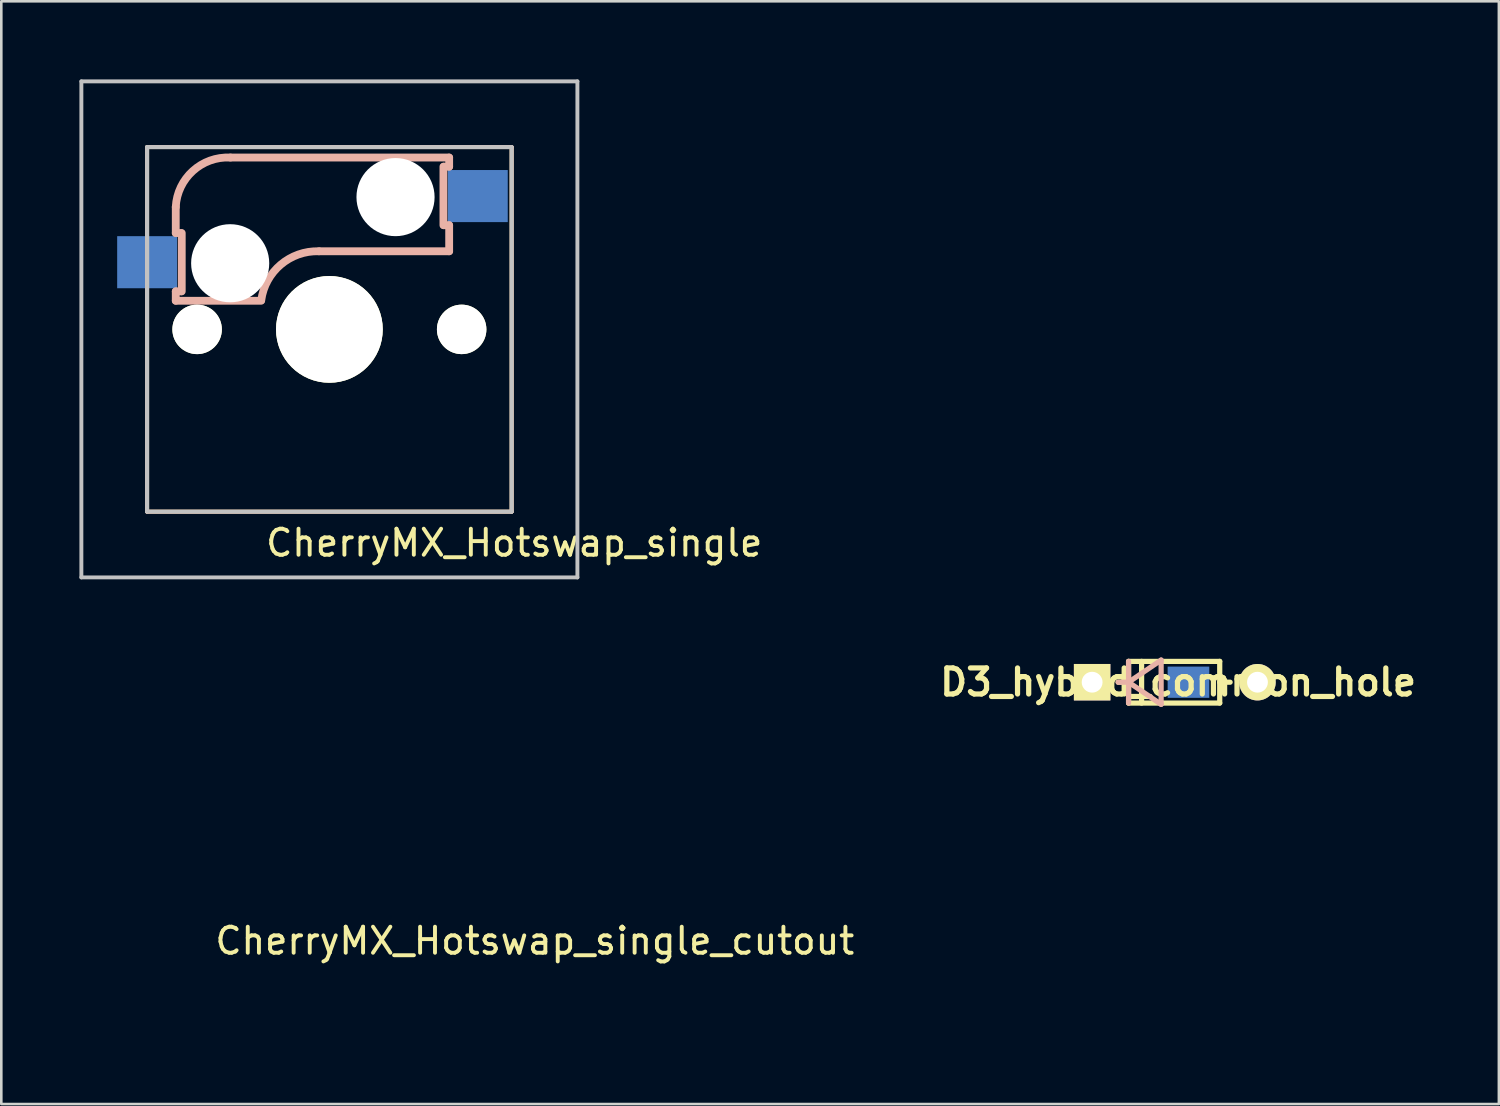
<source format=kicad_pcb>
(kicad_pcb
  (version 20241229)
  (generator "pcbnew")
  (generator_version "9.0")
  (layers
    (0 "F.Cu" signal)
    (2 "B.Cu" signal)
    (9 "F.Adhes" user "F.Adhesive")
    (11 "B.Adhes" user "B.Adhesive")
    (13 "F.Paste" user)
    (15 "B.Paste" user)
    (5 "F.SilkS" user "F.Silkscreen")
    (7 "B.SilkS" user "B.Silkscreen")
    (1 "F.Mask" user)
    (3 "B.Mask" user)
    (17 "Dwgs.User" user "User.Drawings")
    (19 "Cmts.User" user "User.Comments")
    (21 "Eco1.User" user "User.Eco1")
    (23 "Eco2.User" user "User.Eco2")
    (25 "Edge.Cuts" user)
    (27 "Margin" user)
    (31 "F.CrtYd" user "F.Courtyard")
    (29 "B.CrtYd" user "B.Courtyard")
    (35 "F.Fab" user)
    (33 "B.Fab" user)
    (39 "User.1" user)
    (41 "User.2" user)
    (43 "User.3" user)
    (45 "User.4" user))
  (footprint "D3_hybrid_common_hole"
    (layer "F.Cu")
    (at 38.893 23.15)
    (property "Reference" "D3_hybrid_common_hole" (at 3.302 0 0) (layer "F.SilkS") (effects (font (size 1 1) (thickness 0.2))))
    (attr through_hole)
    (fp_line (start 1.4 -0.8) (end 4.9 -0.8) (stroke (width 0.2) (type solid)) (layer "F.SilkS"))
    (fp_line (start 1.4 0) (end 1 0) (stroke (width 0.2) (type solid)) (layer "F.SilkS"))
    (fp_line (start 1.4 0.8) (end 1.4 -0.8) (stroke (width 0.2) (type solid)) (layer "F.SilkS"))
    (fp_line (start 1.9 -0.8) (end 1.9 0.8) (stroke (width 0.2) (type solid)) (layer "F.SilkS"))
    (fp_line (start 4.9 -0.8) (end 4.9 0.8) (stroke (width 0.2) (type solid)) (layer "F.SilkS"))
    (fp_line (start 4.9 0) (end 5.3 0) (stroke (width 0.2) (type solid)) (layer "F.SilkS"))
    (fp_line (start 4.9 0.8) (end 1.4 0.8) (stroke (width 0.2) (type solid)) (layer "F.SilkS"))
    (fp_line (start 1.399 -0.8) (end 1.399 0.8) (stroke (width 0.2) (type solid)) (layer "B.SilkS"))
    (fp_line (start 1.399 0) (end 0.999 0) (stroke (width 0.2) (type solid)) (layer "B.SilkS"))
    (fp_line (start 1.4 0) (end 2.65 -0.85) (stroke (width 0.2) (type solid)) (layer "B.SilkS"))
    (fp_line (start 1.4 0) (end 2.65 0.85) (stroke (width 0.2) (type solid)) (layer "B.SilkS"))
    (fp_line (start 2.65 -0.85) (end 2.65 0.85) (stroke (width 0.2) (type solid)) (layer "B.SilkS"))
    (pad "1" thru_hole rect (at 0 0) (size 1.4 1.4) (drill 0.8) (layers "*.Cu" "*.Mask" "F.SilkS"))
    (pad "2" smd rect (at 3.7 0) (size 1.6 1.2) (layers "B.Cu" "B.Mask" "B.Paste"))
    (pad "2" thru_hole circle (at 6.35 0) (size 1.4 1.4) (drill 0.8) (layers "*.Cu" "*.Mask" "F.SilkS")))
  (footprint "CherryMX_Hotswap_single_cutout"
    (layer "F.Cu")
    (at 7.075 29.275)
    (property "Reference" "CherryMX_Hotswap_single_cutout" (at 10.414 3.81 0) (layer "F.SilkS") (effects (font (size 1 1) (thickness 0.15))))
    (attr through_hole)
    (fp_line (start -7 -7) (end 7 -7) (stroke (width 0.15) (type solid)) (layer "Eco2.User"))
    (fp_line (start -7 7) (end -7 -7) (stroke (width 0.15) (type solid)) (layer "Eco2.User"))
    (fp_line (start -7 7) (end 7 7) (stroke (width 0.15) (type solid)) (layer "Eco2.User"))
    (fp_line (start 7 7) (end 7 -7) (stroke (width 0.15) (type solid)) (layer "Eco2.User")))
  (footprint "CherryMX_Hotswap_single"
    (layer "F.Cu")
    (at 9.6 9.6)
    (property "Reference" "CherryMX_Hotswap_single" (at 7.1 8.2 0) (layer "F.SilkS") (effects (font (size 1 1) (thickness 0.15))))
    (attr through_hole)
    (fp_line (start -7 -7) (end 7 -7) (stroke (width 0.15) (type solid)) (layer "F.SilkS"))
    (fp_line (start -7 7) (end -7 -7) (stroke (width 0.15) (type solid)) (layer "F.SilkS"))
    (fp_line (start 7 -7) (end 7 7) (stroke (width 0.15) (type solid)) (layer "F.SilkS"))
    (fp_line (start 7 7) (end -7 7) (stroke (width 0.15) (type solid)) (layer "F.SilkS"))
    (fp_line (start -7 -7) (end 7 -7) (stroke (width 0.15) (type solid)) (layer "B.SilkS"))
    (fp_line (start -7 7) (end -7 -7) (stroke (width 0.15) (type solid)) (layer "B.SilkS"))
    (fp_line (start -5.9 -4.7) (end -5.9 -3.7) (stroke (width 0.3) (type solid)) (layer "B.SilkS"))
    (fp_line (start -5.9 -3.7) (end -5.7 -3.7) (stroke (width 0.3) (type solid)) (layer "B.SilkS"))
    (fp_line (start -5.9 -1.1) (end -5.9 -1.46) (stroke (width 0.3) (type solid)) (layer "B.SilkS"))
    (fp_line (start -5.9 -1.1) (end -2.62 -1.1) (stroke (width 0.3) (type solid)) (layer "B.SilkS"))
    (fp_line (start -5.7 -1.46) (end -5.9 -1.46) (stroke (width 0.3) (type solid)) (layer "B.SilkS"))
    (fp_line (start -5.67 -3.7) (end -5.67 -1.46) (stroke (width 0.3) (type solid)) (layer "B.SilkS"))
    (fp_line (start -0.4 -3) (end 4.6 -3) (stroke (width 0.3) (type solid)) (layer "B.SilkS"))
    (fp_line (start 4.38 -4) (end 4.38 -6.25) (stroke (width 0.3) (type solid)) (layer "B.SilkS"))
    (fp_line (start 4.4 -6.25) (end 4.6 -6.25) (stroke (width 0.3) (type solid)) (layer "B.SilkS"))
    (fp_line (start 4.6 -6.6) (end -3.8 -6.6) (stroke (width 0.3) (type solid)) (layer "B.SilkS"))
    (fp_line (start 4.6 -6.25) (end 4.6 -6.6) (stroke (width 0.3) (type solid)) (layer "B.SilkS"))
    (fp_line (start 4.6 -4) (end 4.4 -4) (stroke (width 0.3) (type solid)) (layer "B.SilkS"))
    (fp_line (start 4.6 -3) (end 4.6 -4) (stroke (width 0.3) (type solid)) (layer "B.SilkS"))
    (fp_line (start 7 -7) (end 7 7) (stroke (width 0.15) (type solid)) (layer "B.SilkS"))
    (fp_line (start 7 7) (end -7 7) (stroke (width 0.15) (type solid)) (layer "B.SilkS"))
    (fp_arc (start -5.9 -4.699999) (mid -5.243504 -6.084924) (end -3.800001 -6.6) (stroke (width 0.3) (type solid)) (layer "B.SilkS"))
    (fp_arc (start -2.616318 -1.121471) (mid -1.868709 -2.486118) (end -0.4 -3) (stroke (width 0.3) (type solid)) (layer "B.SilkS"))
    (fp_line (start -9.525 -9.525) (end 9.525 -9.525) (stroke (width 0.15) (type solid)) (layer "Dwgs.User"))
    (fp_line (start -9.525 9.525) (end -9.525 -9.525) (stroke (width 0.15) (type solid)) (layer "Dwgs.User"))
    (fp_line (start -7 7) (end -7 -7) (stroke (width 0.15) (type solid)) (layer "Dwgs.User"))
    (fp_line (start -7 7) (end 7 7) (stroke (width 0.15) (type solid)) (layer "Dwgs.User"))
    (fp_line (start 7 -7) (end -7 -7) (stroke (width 0.15) (type solid)) (layer "Dwgs.User"))
    (fp_line (start 7 7) (end 7 -7) (stroke (width 0.15) (type solid)) (layer "Dwgs.User"))
    (fp_line (start 9.525 -9.525) (end 9.525 9.525) (stroke (width 0.15) (type solid)) (layer "Dwgs.User"))
    (fp_line (start 9.525 9.525) (end -9.525 9.525) (stroke (width 0.15) (type solid)) (layer "Dwgs.User"))
    (pad "" np_thru_hole circle (at -5.08 0) (size 1.9 1.9) (drill 1.9) (layers "*.Cu" "*.Mask" "F.SilkS"))
    (pad "" np_thru_hole circle (at -3.81 -2.54 180) (size 3 3) (drill 3) (layers "*.Cu" "*.Mask"))
    (pad "" np_thru_hole circle (at 0 0 90) (size 4.1 4.1) (drill 4.1) (layers "*.Cu" "*.Mask" "F.SilkS"))
    (pad "" np_thru_hole circle (at 2.54 -5.08 180) (size 3 3) (drill 3) (layers "*.Cu" "*.Mask"))
    (pad "" np_thru_hole circle (at 5.08 0) (size 1.9 1.9) (drill 1.9) (layers "*.Cu" "*.Mask" "F.SilkS"))
    (pad "1" smd rect (at -7 -2.58 180) (size 2.3 2) (layers "B.Cu" "B.Mask" "B.Paste"))
    (pad "2" smd rect (at 5.7 -5.12 180) (size 2.3 2) (layers "B.Cu" "B.Mask" "B.Paste")))
  (gr_rect
    (start -3 -3)
    (end 54.514 39.35)
    (stroke (width 0.1) (type default))
    (fill no)
    (layer "Edge.Cuts")))
</source>
